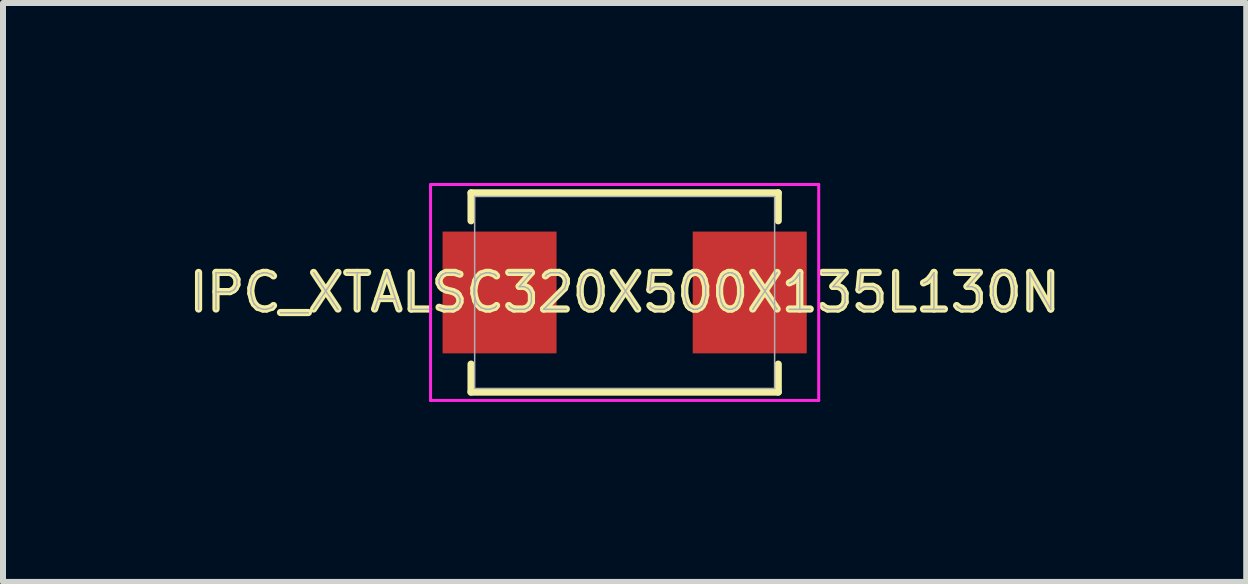
<source format=kicad_pcb>
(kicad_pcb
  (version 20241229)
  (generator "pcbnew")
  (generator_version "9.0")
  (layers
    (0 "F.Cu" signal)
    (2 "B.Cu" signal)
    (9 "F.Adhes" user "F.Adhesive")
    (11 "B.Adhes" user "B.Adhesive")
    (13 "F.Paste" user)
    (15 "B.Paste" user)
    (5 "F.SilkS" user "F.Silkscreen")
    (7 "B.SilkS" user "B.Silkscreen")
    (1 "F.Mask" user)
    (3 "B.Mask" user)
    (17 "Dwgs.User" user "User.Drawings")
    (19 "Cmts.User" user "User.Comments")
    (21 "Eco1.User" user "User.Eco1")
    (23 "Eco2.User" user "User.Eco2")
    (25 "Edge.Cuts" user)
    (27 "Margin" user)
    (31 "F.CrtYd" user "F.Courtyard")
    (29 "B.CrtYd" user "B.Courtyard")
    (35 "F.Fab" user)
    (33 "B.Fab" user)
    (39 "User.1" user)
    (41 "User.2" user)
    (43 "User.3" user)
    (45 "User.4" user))
  (footprint "IPC_XTALSC320X500X135L130N"
    (layer "F.Cu")
    (at 7.362 1.825)
    (property "Reference" "IPC_XTALSC320X500X135L130N" (at 0 0 0) (layer "F.SilkS") (effects (font (size 0.61 0.61) (thickness 0.12))))
    (attr smd)
    (fp_line (start -2.56 -1.66) (end -2.56 -1.195) (stroke (width 0.12) (type solid)) (layer "F.SilkS"))
    (fp_line (start -2.56 1.195) (end -2.56 1.66) (stroke (width 0.12) (type solid)) (layer "F.SilkS"))
    (fp_line (start -2.56 1.66) (end 2.56 1.66) (stroke (width 0.12) (type solid)) (layer "F.SilkS"))
    (fp_line (start 2.56 -1.66) (end -2.56 -1.66) (stroke (width 0.12) (type solid)) (layer "F.SilkS"))
    (fp_line (start 2.56 -1.195) (end 2.56 -1.66) (stroke (width 0.12) (type solid)) (layer "F.SilkS"))
    (fp_line (start 2.56 1.66) (end 2.56 1.195) (stroke (width 0.12) (type solid)) (layer "F.SilkS"))
    (fp_line (start -3.235 -1.8) (end 3.235 -1.8) (stroke (width 0.05) (type solid)) (layer "F.CrtYd"))
    (fp_line (start -3.235 1.8) (end -3.235 -1.8) (stroke (width 0.05) (type solid)) (layer "F.CrtYd"))
    (fp_line (start 3.235 -1.8) (end 3.235 1.8) (stroke (width 0.05) (type solid)) (layer "F.CrtYd"))
    (fp_line (start 3.235 1.8) (end -3.235 1.8) (stroke (width 0.05) (type solid)) (layer "F.CrtYd"))
    (fp_line (start -2.5 -1.6) (end 2.5 -1.6) (stroke (width 0.025) (type solid)) (layer "F.Fab"))
    (fp_line (start -2.5 1.6) (end -2.5 -1.6) (stroke (width 0.025) (type solid)) (layer "F.Fab"))
    (fp_line (start 2.5 -1.6) (end 2.5 1.6) (stroke (width 0.025) (type solid)) (layer "F.Fab"))
    (fp_line (start 2.5 1.6) (end -2.5 1.6) (stroke (width 0.025) (type solid)) (layer "F.Fab"))
    (fp_text user "${REFERENCE}" (at 0 0 0) (layer "F.Fab") (effects (font (size 0.61 0.61) (thickness 0.025))))
    (pad "1" smd rect (at -2.085 0) (size 1.9 2.03) (layers "F.Cu" "F.Mask" "F.Paste"))
    (pad "2" smd rect (at 2.085 0) (size 1.9 2.03) (layers "F.Cu" "F.Mask" "F.Paste")))
  (gr_rect
    (start -3 -3)
    (end 17.723 6.65)
    (stroke (width 0.1) (type default))
    (fill no)
    (layer "Edge.Cuts")))
</source>
